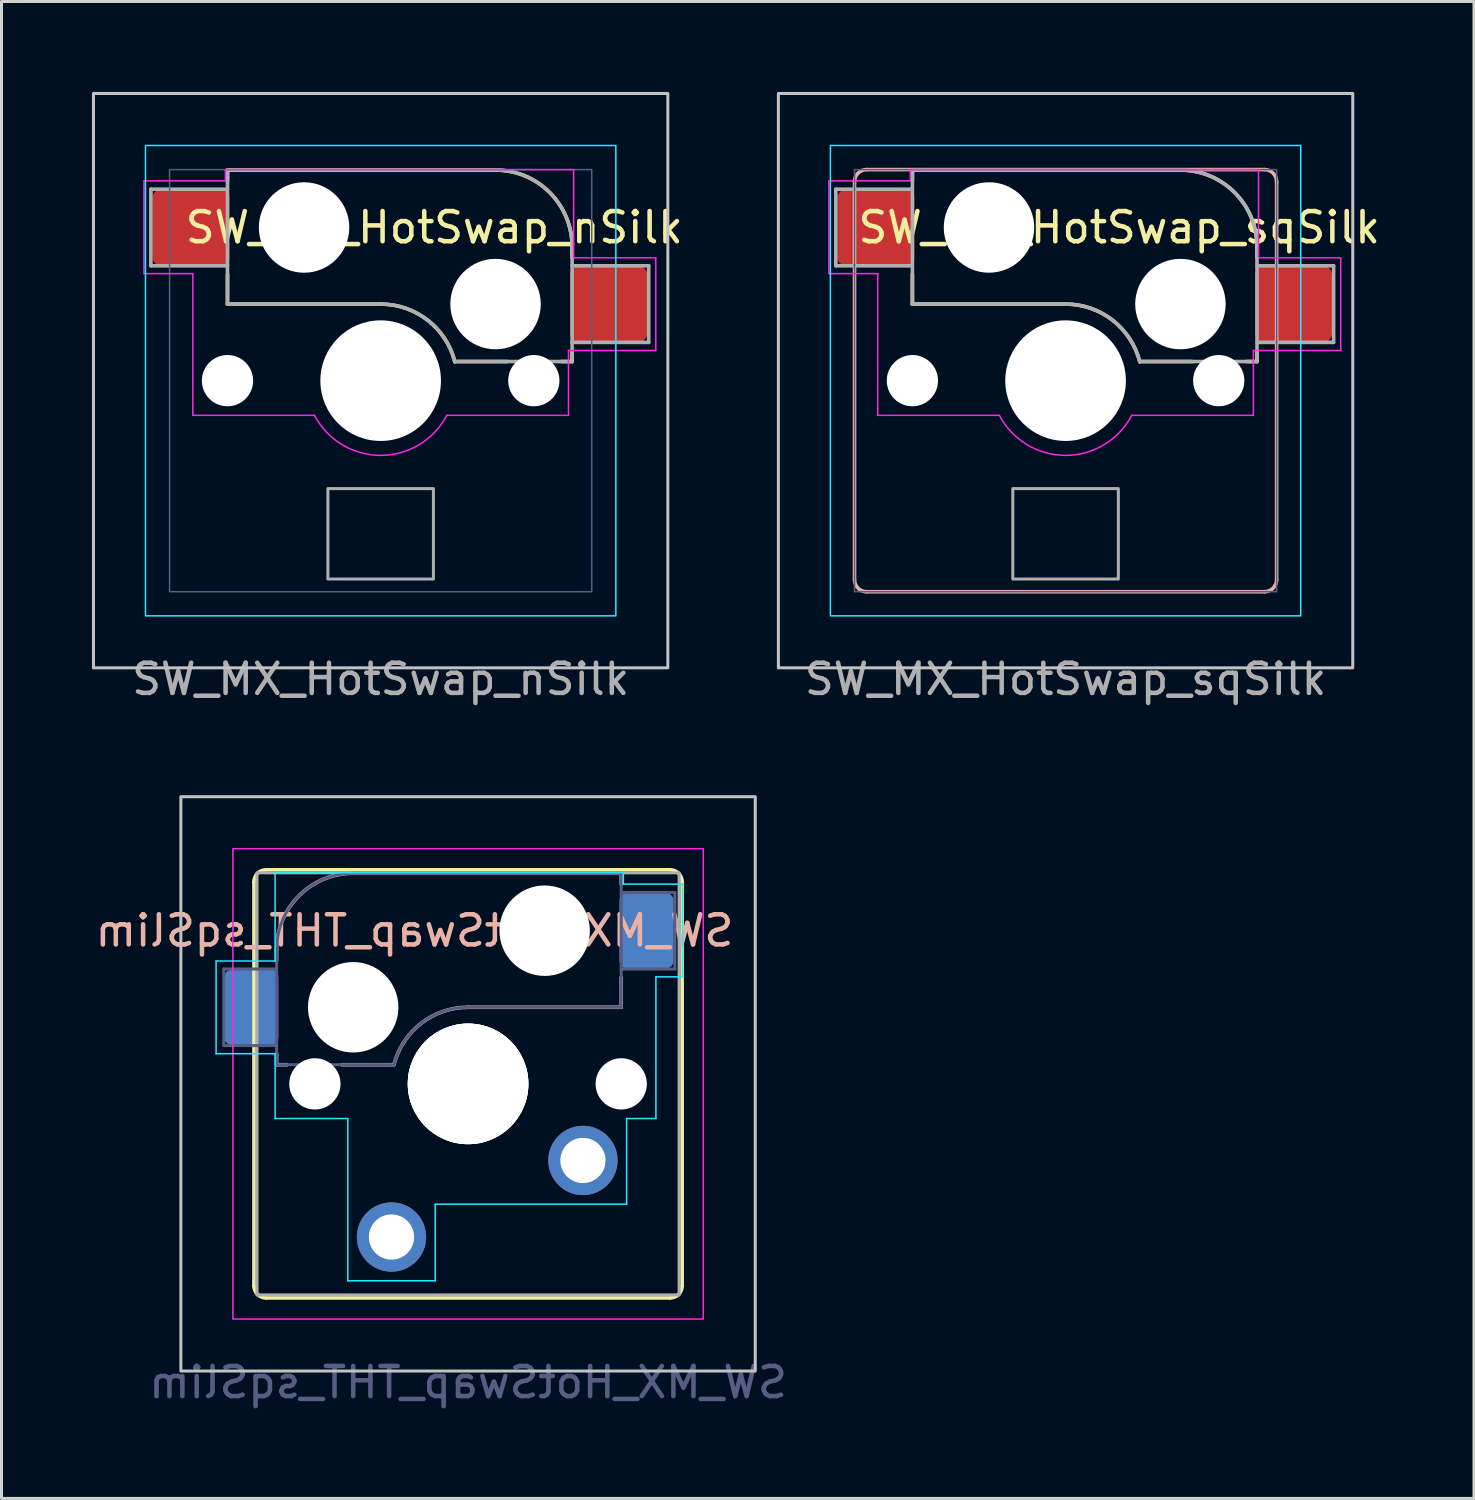
<source format=kicad_pcb>
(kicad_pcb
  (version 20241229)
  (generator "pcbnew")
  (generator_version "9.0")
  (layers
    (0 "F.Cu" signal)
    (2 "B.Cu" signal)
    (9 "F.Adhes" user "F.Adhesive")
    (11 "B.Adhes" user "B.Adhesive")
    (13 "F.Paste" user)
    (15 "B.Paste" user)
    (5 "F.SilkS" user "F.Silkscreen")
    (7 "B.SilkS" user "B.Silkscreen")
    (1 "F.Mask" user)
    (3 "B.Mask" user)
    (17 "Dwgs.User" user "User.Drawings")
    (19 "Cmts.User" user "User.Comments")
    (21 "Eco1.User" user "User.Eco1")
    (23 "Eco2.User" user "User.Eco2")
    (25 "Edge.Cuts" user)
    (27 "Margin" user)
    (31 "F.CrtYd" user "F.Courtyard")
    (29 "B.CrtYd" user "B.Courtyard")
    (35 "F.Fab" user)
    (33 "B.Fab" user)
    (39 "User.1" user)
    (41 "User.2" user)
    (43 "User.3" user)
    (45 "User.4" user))
  (footprint "SW_MX_HotSwap_sqSilk"
    (layer "F.Cu")
    (at 32.291 9.575)
    (property "Reference" "SW_MX_HotSwap_sqSilk" (at 1.778 -5.08 180) (layer "F.SilkS") (effects (font (size 1 1) (thickness 0.15))))
    (attr smd)
    (fp_line (start -5.08 -6.985) (end -5.08 -6.63) (stroke (width 0.12) (type solid)) (layer "F.SilkS"))
    (fp_line (start -5.08 -2.54) (end -5.08 -3.53) (stroke (width 0.12) (type default)) (layer "F.SilkS"))
    (fp_line (start -5.08 -2.54) (end 0 -2.54) (stroke (width 0.12) (type solid)) (layer "F.SilkS"))
    (fp_line (start 2.464 -0.635) (end 4.191 -0.635) (stroke (width 0.12) (type solid)) (layer "F.SilkS"))
    (fp_line (start 3.81 -6.985) (end -5.08 -6.985) (stroke (width 0.12) (type solid)) (layer "F.SilkS"))
    (fp_line (start 6 -0.635) (end 6.35 -0.635) (stroke (width 0.12) (type solid)) (layer "F.SilkS"))
    (fp_line (start 6.35 -4.445) (end 6.35 -4.09) (stroke (width 0.12) (type solid)) (layer "F.SilkS"))
    (fp_line (start 6.35 -0.99) (end 6.35 -0.635) (stroke (width 0.12) (type solid)) (layer "F.SilkS"))
    (fp_arc (start 0 -2.54) (mid 1.555901 -2.007678) (end 2.459645 -0.633836) (stroke (width 0.12) (type default)) (layer "F.SilkS"))
    (fp_arc (start 3.81 -6.985) (mid 5.606051 -6.241051) (end 6.35 -4.445) (stroke (width 0.12) (type solid)) (layer "F.SilkS"))
    (fp_line (start -7 -6.6) (end -7 6.6) (stroke (width 0.12) (type default)) (layer "B.SilkS"))
    (fp_line (start -6.6 7) (end 6.6 7) (stroke (width 0.12) (type default)) (layer "B.SilkS"))
    (fp_line (start 6.6 -7) (end -6.6 -7) (stroke (width 0.12) (type default)) (layer "B.SilkS"))
    (fp_line (start 7 6.6) (end 7 -6.6) (stroke (width 0.12) (type default)) (layer "B.SilkS"))
    (fp_arc (start -7 -6.6) (mid -6.882843 -6.882843) (end -6.6 -7) (stroke (width 0.12) (type default)) (layer "B.SilkS"))
    (fp_arc (start -6.6 7) (mid -6.882843 6.882843) (end -7 6.6) (stroke (width 0.12) (type default)) (layer "B.SilkS"))
    (fp_arc (start 6.6 -7) (mid 6.882843 -6.882843) (end 7 -6.6) (stroke (width 0.12) (type default)) (layer "B.SilkS"))
    (fp_arc (start 7 6.6) (mid 6.882843 6.882843) (end 6.6 7) (stroke (width 0.12) (type default)) (layer "B.SilkS"))
    (fp_rect (start -9.525 -9.525) (end 9.525 9.525) (stroke (width 0.1) (type default)) (fill no) (layer "Dwgs.User"))
    (fp_rect (start -7.8 -7.8) (end 7.8 7.8) (stroke (width 0.05) (type default)) (fill no) (layer "B.CrtYd"))
    (fp_line (start -7.85 -6.625) (end -5.15 -6.625) (stroke (width 0.05) (type default)) (layer "F.CrtYd"))
    (fp_line (start -7.85 -3.55) (end -7.85 -6.625) (stroke (width 0.05) (type default)) (layer "F.CrtYd"))
    (fp_line (start -6.23 -3.55) (end -7.85 -3.55) (stroke (width 0.05) (type default)) (layer "F.CrtYd"))
    (fp_line (start -6.23 1.15) (end -6.23 -3.55) (stroke (width 0.05) (type default)) (layer "F.CrtYd"))
    (fp_line (start -6.23 1.15) (end -2.195 1.15) (stroke (width 0.05) (type default)) (layer "F.CrtYd"))
    (fp_line (start -5.15 -7) (end 6.4 -7) (stroke (width 0.05) (type default)) (layer "F.CrtYd"))
    (fp_line (start -5.15 -6.625) (end -5.15 -7) (stroke (width 0.05) (type default)) (layer "F.CrtYd"))
    (fp_line (start 2.195 1.15) (end 6.225 1.15) (stroke (width 0.05) (type default)) (layer "F.CrtYd"))
    (fp_line (start 6.23 -1) (end 9.125 -1) (stroke (width 0.05) (type default)) (layer "F.CrtYd"))
    (fp_line (start 6.23 1.15) (end 6.23 -1) (stroke (width 0.05) (type default)) (layer "F.CrtYd"))
    (fp_line (start 6.4 -4.075) (end 6.4 -7) (stroke (width 0.05) (type default)) (layer "F.CrtYd"))
    (fp_line (start 9.125 -4.075) (end 6.4 -4.075) (stroke (width 0.05) (type default)) (layer "F.CrtYd"))
    (fp_line (start 9.125 -1) (end 9.125 -4.075) (stroke (width 0.05) (type default)) (layer "F.CrtYd"))
    (fp_arc (start 2.195 1.149999) (mid 0.000001 2.478008) (end -2.194999 1.150001) (stroke (width 0.05) (type default)) (layer "F.CrtYd"))
    (fp_rect (start -7 -7) (end 7 7) (stroke (width 0.05) (type default)) (fill no) (layer "B.Fab"))
    (fp_line (start -7.62 -6.35) (end -7.62 -3.81) (stroke (width 0.12) (type solid)) (layer "F.Fab"))
    (fp_line (start -7.62 -3.81) (end -5.08 -3.81) (stroke (width 0.12) (type solid)) (layer "F.Fab"))
    (fp_line (start -5.08 -6.985) (end -5.08 -2.54) (stroke (width 0.12) (type solid)) (layer "F.Fab"))
    (fp_line (start -5.08 -6.35) (end -7.62 -6.35) (stroke (width 0.12) (type solid)) (layer "F.Fab"))
    (fp_line (start -5.08 -2.54) (end 0 -2.54) (stroke (width 0.12) (type solid)) (layer "F.Fab"))
    (fp_line (start 3.81 -6.985) (end -5.08 -6.985) (stroke (width 0.12) (type solid)) (layer "F.Fab"))
    (fp_line (start 6.35 -1.27) (end 8.89 -1.27) (stroke (width 0.12) (type solid)) (layer "F.Fab"))
    (fp_line (start 6.35 -0.635) (end 2.54 -0.635) (stroke (width 0.12) (type solid)) (layer "F.Fab"))
    (fp_line (start 6.35 -0.635) (end 6.35 -4.445) (stroke (width 0.12) (type solid)) (layer "F.Fab"))
    (fp_line (start 8.89 -3.81) (end 6.35 -3.81) (stroke (width 0.12) (type solid)) (layer "F.Fab"))
    (fp_line (start 8.89 -1.27) (end 8.89 -3.81) (stroke (width 0.12) (type solid)) (layer "F.Fab"))
    (fp_rect (start -1.75 3.58) (end 1.75 6.58) (stroke (width 0.1) (type default)) (fill no) (layer "F.Fab"))
    (fp_arc (start 0 -2.54) (mid 1.563147 -2.002042) (end 2.464162 -0.61604) (stroke (width 0.12) (type solid)) (layer "F.Fab"))
    (fp_arc (start 3.81 -6.985) (mid 5.606051 -6.241051) (end 6.35 -4.445) (stroke (width 0.12) (type solid)) (layer "F.Fab"))
    (fp_text user "${REFERENCE}" (at 0 9.9 0) (layer "F.Fab") (effects (font (size 1 1) (thickness 0.15))))
    (pad "" np_thru_hole circle (at -5.08 0 180) (size 1.7 1.7) (drill 1.7) (layers "*.Cu" "*.Mask"))
    (pad "" np_thru_hole circle (at -2.54 -5.08) (size 3 3) (drill 3) (layers "*.Cu" "*.Mask"))
    (pad "" np_thru_hole circle (at 0 0 180) (size 4 4) (drill 4) (layers "*.Cu" "*.Mask"))
    (pad "" np_thru_hole circle (at 3.81 -2.54) (size 3 3) (drill 3) (layers "*.Cu" "*.Mask"))
    (pad "" np_thru_hole circle (at 5.08 0 180) (size 1.7 1.7) (drill 1.7) (layers "*.Cu" "*.Mask"))
    (pad "1" smd roundrect (at 7.56 -2.54) (size 2.55 2.5) (layers "F.Cu" "F.Mask" "F.Paste") (roundrect_rratio 0.1))
    (pad "2" smd roundrect (at -6.29 -5.08) (size 2.55 2.5) (layers "F.Cu" "F.Mask" "F.Paste") (roundrect_rratio 0.1)))
  (footprint "SW_MX_HotSwap_nSilk"
    (layer "F.Cu")
    (at 9.575 9.575)
    (property "Reference" "SW_MX_HotSwap_nSilk" (at 1.778 -5.08 180) (layer "F.SilkS") (effects (font (size 1 1) (thickness 0.15))))
    (attr smd)
    (fp_line (start -5.08 -6.985) (end -5.08 -6.63) (stroke (width 0.12) (type solid)) (layer "F.SilkS"))
    (fp_line (start -5.08 -2.54) (end -5.08 -3.53) (stroke (width 0.12) (type default)) (layer "F.SilkS"))
    (fp_line (start -5.08 -2.54) (end 0 -2.54) (stroke (width 0.12) (type solid)) (layer "F.SilkS"))
    (fp_line (start 2.464 -0.635) (end 4.191 -0.635) (stroke (width 0.12) (type solid)) (layer "F.SilkS"))
    (fp_line (start 3.81 -6.985) (end -5.08 -6.985) (stroke (width 0.12) (type solid)) (layer "F.SilkS"))
    (fp_line (start 6 -0.635) (end 6.35 -0.635) (stroke (width 0.12) (type solid)) (layer "F.SilkS"))
    (fp_line (start 6.35 -4.445) (end 6.35 -4.09) (stroke (width 0.12) (type solid)) (layer "F.SilkS"))
    (fp_line (start 6.35 -0.99) (end 6.35 -0.635) (stroke (width 0.12) (type solid)) (layer "F.SilkS"))
    (fp_arc (start 0 -2.54) (mid 1.555901 -2.007678) (end 2.459645 -0.633836) (stroke (width 0.12) (type default)) (layer "F.SilkS"))
    (fp_arc (start 3.81 -6.985) (mid 5.606051 -6.241051) (end 6.35 -4.445) (stroke (width 0.12) (type solid)) (layer "F.SilkS"))
    (fp_rect (start -9.525 -9.525) (end 9.525 9.525) (stroke (width 0.1) (type default)) (fill no) (layer "Dwgs.User"))
    (fp_rect (start -7.8 -7.8) (end 7.8 7.8) (stroke (width 0.05) (type default)) (fill no) (layer "B.CrtYd"))
    (fp_line (start -7.85 -6.625) (end -5.15 -6.625) (stroke (width 0.05) (type default)) (layer "F.CrtYd"))
    (fp_line (start -7.85 -3.55) (end -7.85 -6.625) (stroke (width 0.05) (type default)) (layer "F.CrtYd"))
    (fp_line (start -6.23 -3.55) (end -7.85 -3.55) (stroke (width 0.05) (type default)) (layer "F.CrtYd"))
    (fp_line (start -6.23 1.15) (end -6.23 -3.55) (stroke (width 0.05) (type default)) (layer "F.CrtYd"))
    (fp_line (start -6.23 1.15) (end -2.195 1.15) (stroke (width 0.05) (type default)) (layer "F.CrtYd"))
    (fp_line (start -5.15 -7) (end 6.4 -7) (stroke (width 0.05) (type default)) (layer "F.CrtYd"))
    (fp_line (start -5.15 -6.625) (end -5.15 -7) (stroke (width 0.05) (type default)) (layer "F.CrtYd"))
    (fp_line (start 2.195 1.15) (end 6.225 1.15) (stroke (width 0.05) (type default)) (layer "F.CrtYd"))
    (fp_line (start 6.23 -1) (end 9.125 -1) (stroke (width 0.05) (type default)) (layer "F.CrtYd"))
    (fp_line (start 6.23 1.15) (end 6.23 -1) (stroke (width 0.05) (type default)) (layer "F.CrtYd"))
    (fp_line (start 6.4 -4.075) (end 6.4 -7) (stroke (width 0.05) (type default)) (layer "F.CrtYd"))
    (fp_line (start 9.125 -4.075) (end 6.4 -4.075) (stroke (width 0.05) (type default)) (layer "F.CrtYd"))
    (fp_line (start 9.125 -1) (end 9.125 -4.075) (stroke (width 0.05) (type default)) (layer "F.CrtYd"))
    (fp_arc (start 2.195 1.149999) (mid 0.000001 2.478008) (end -2.194999 1.150001) (stroke (width 0.05) (type default)) (layer "F.CrtYd"))
    (fp_rect (start -7 -7) (end 7 7) (stroke (width 0.05) (type default)) (fill no) (layer "B.Fab"))
    (fp_line (start -7.62 -6.35) (end -7.62 -3.81) (stroke (width 0.12) (type solid)) (layer "F.Fab"))
    (fp_line (start -7.62 -3.81) (end -5.08 -3.81) (stroke (width 0.12) (type solid)) (layer "F.Fab"))
    (fp_line (start -5.08 -6.985) (end -5.08 -2.54) (stroke (width 0.12) (type solid)) (layer "F.Fab"))
    (fp_line (start -5.08 -6.35) (end -7.62 -6.35) (stroke (width 0.12) (type solid)) (layer "F.Fab"))
    (fp_line (start -5.08 -2.54) (end 0 -2.54) (stroke (width 0.12) (type solid)) (layer "F.Fab"))
    (fp_line (start 3.81 -6.985) (end -5.08 -6.985) (stroke (width 0.12) (type solid)) (layer "F.Fab"))
    (fp_line (start 6.35 -1.27) (end 8.89 -1.27) (stroke (width 0.12) (type solid)) (layer "F.Fab"))
    (fp_line (start 6.35 -0.635) (end 2.54 -0.635) (stroke (width 0.12) (type solid)) (layer "F.Fab"))
    (fp_line (start 6.35 -0.635) (end 6.35 -4.445) (stroke (width 0.12) (type solid)) (layer "F.Fab"))
    (fp_line (start 8.89 -3.81) (end 6.35 -3.81) (stroke (width 0.12) (type solid)) (layer "F.Fab"))
    (fp_line (start 8.89 -1.27) (end 8.89 -3.81) (stroke (width 0.12) (type solid)) (layer "F.Fab"))
    (fp_rect (start -1.75 3.58) (end 1.75 6.58) (stroke (width 0.1) (type default)) (fill no) (layer "F.Fab"))
    (fp_arc (start 0 -2.54) (mid 1.563147 -2.002042) (end 2.464162 -0.61604) (stroke (width 0.12) (type solid)) (layer "F.Fab"))
    (fp_arc (start 3.81 -6.985) (mid 5.606051 -6.241051) (end 6.35 -4.445) (stroke (width 0.12) (type solid)) (layer "F.Fab"))
    (fp_text user "${REFERENCE}" (at 0 9.9 0) (layer "F.Fab") (effects (font (size 1 1) (thickness 0.15))))
    (pad "" np_thru_hole circle (at -5.08 0 180) (size 1.7 1.7) (drill 1.7) (layers "*.Cu" "*.Mask"))
    (pad "" np_thru_hole circle (at -2.54 -5.08) (size 3 3) (drill 3) (layers "*.Cu" "*.Mask"))
    (pad "" np_thru_hole circle (at 0 0 180) (size 4 4) (drill 4) (layers "*.Cu" "*.Mask"))
    (pad "" np_thru_hole circle (at 3.81 -2.54) (size 3 3) (drill 3) (layers "*.Cu" "*.Mask"))
    (pad "" np_thru_hole circle (at 5.08 0 180) (size 1.7 1.7) (drill 1.7) (layers "*.Cu" "*.Mask"))
    (pad "1" smd roundrect (at 7.56 -2.54) (size 2.55 2.5) (layers "F.Cu" "F.Mask" "F.Paste") (roundrect_rratio 0.1))
    (pad "2" smd roundrect (at -6.29 -5.08) (size 2.55 2.5) (layers "F.Cu" "F.Mask" "F.Paste") (roundrect_rratio 0.1)))
  (footprint "SW_MX_HotSwap_THT_sqSlim"
    (layer "F.Cu")
    (at 12.474 32.898)
    (property "Reference" "SW_MX_HotSwap_THT_sqSlim" (at -1.778 -5.08 180) (layer "B.SilkS") (effects (font (size 1 1) (thickness 0.15)) (justify mirror)))
    (attr smd)
    (fp_line (start -7.1 6.7) (end -7.1 -6.7) (stroke (width 0.12) (type default)) (layer "F.SilkS"))
    (fp_line (start -6.7 -7.1) (end 6.7 -7.1) (stroke (width 0.12) (type default)) (layer "F.SilkS"))
    (fp_line (start 6.7 7.1) (end -6.7 7.1) (stroke (width 0.12) (type default)) (layer "F.SilkS"))
    (fp_line (start 7.1 -6.7) (end 7.1 6.7) (stroke (width 0.12) (type default)) (layer "F.SilkS"))
    (fp_arc (start -7.1 -6.7) (mid -6.982843 -6.982843) (end -6.7 -7.1) (stroke (width 0.12) (type default)) (layer "F.SilkS"))
    (fp_arc (start -6.7 7.1) (mid -6.982843 6.982843) (end -7.1 6.7) (stroke (width 0.12) (type default)) (layer "F.SilkS"))
    (fp_arc (start 6.7 -7.1) (mid 6.982843 -6.982843) (end 7.1 -6.7) (stroke (width 0.12) (type default)) (layer "F.SilkS"))
    (fp_arc (start 7.1 6.7) (mid 6.982843 6.982843) (end 6.7 7.1) (stroke (width 0.12) (type default)) (layer "F.SilkS"))
    (fp_line (start -6.35 -4.445) (end -6.35 -4.09) (stroke (width 0.12) (type solid)) (layer "B.SilkS"))
    (fp_line (start -6.35 -0.99) (end -6.35 -0.635) (stroke (width 0.12) (type solid)) (layer "B.SilkS"))
    (fp_line (start -6 -0.635) (end -6.35 -0.635) (stroke (width 0.12) (type solid)) (layer "B.SilkS"))
    (fp_line (start -3.81 -6.985) (end 5.08 -6.985) (stroke (width 0.12) (type solid)) (layer "B.SilkS"))
    (fp_line (start -2.464 -0.635) (end -4.191 -0.635) (stroke (width 0.12) (type solid)) (layer "B.SilkS"))
    (fp_line (start 5.08 -6.985) (end 5.08 -6.63) (stroke (width 0.12) (type solid)) (layer "B.SilkS"))
    (fp_line (start 5.08 -2.54) (end 0 -2.54) (stroke (width 0.12) (type solid)) (layer "B.SilkS"))
    (fp_line (start 5.08 -2.54) (end 5.08 -3.53) (stroke (width 0.12) (type default)) (layer "B.SilkS"))
    (fp_arc (start -6.35 -4.445) (mid -5.606051 -6.241051) (end -3.81 -6.985) (stroke (width 0.12) (type solid)) (layer "B.SilkS"))
    (fp_arc (start -2.459645 -0.633836) (mid -1.555901 -2.007678) (end 0 -2.54) (stroke (width 0.12) (type default)) (layer "B.SilkS"))
    (fp_rect (start -9.525 -9.525) (end 9.525 9.525) (stroke (width 0.1) (type default)) (fill no) (layer "Dwgs.User"))
    (fp_line (start -8.357 -4.075) (end -6.4 -4.075) (stroke (width 0.05) (type default)) (layer "B.CrtYd"))
    (fp_line (start -8.357 -1) (end -8.357 -4.075) (stroke (width 0.05) (type default)) (layer "B.CrtYd"))
    (fp_line (start -6.4 -4.075) (end -6.4 -7) (stroke (width 0.05) (type default)) (layer "B.CrtYd"))
    (fp_line (start -6.4 -1) (end -8.357 -1) (stroke (width 0.05) (type default)) (layer "B.CrtYd"))
    (fp_line (start -6.4 1.15) (end -6.4 -1) (stroke (width 0.05) (type default)) (layer "B.CrtYd"))
    (fp_line (start -3.99 1.15) (end -6.4 1.15) (stroke (width 0.05) (type default)) (layer "B.CrtYd"))
    (fp_line (start -3.99 6.53) (end -3.99 1.15) (stroke (width 0.05) (type default)) (layer "B.CrtYd"))
    (fp_line (start -1.09 3.99) (end -1.09 6.53) (stroke (width 0.05) (type default)) (layer "B.CrtYd"))
    (fp_line (start -1.09 6.53) (end -3.99 6.53) (stroke (width 0.05) (type default)) (layer "B.CrtYd"))
    (fp_line (start 5.15 -7) (end -6.4 -7) (stroke (width 0.05) (type default)) (layer "B.CrtYd"))
    (fp_line (start 5.15 -6.625) (end 5.15 -7) (stroke (width 0.05) (type default)) (layer "B.CrtYd"))
    (fp_line (start 5.26 1.15) (end 5.26 3.99) (stroke (width 0.05) (type default)) (layer "B.CrtYd"))
    (fp_line (start 5.26 3.99) (end -1.09 3.99) (stroke (width 0.05) (type default)) (layer "B.CrtYd"))
    (fp_line (start 6.23 -3.55) (end 7.112 -3.55) (stroke (width 0.05) (type default)) (layer "B.CrtYd"))
    (fp_line (start 6.23 1.15) (end 5.26 1.15) (stroke (width 0.05) (type default)) (layer "B.CrtYd"))
    (fp_line (start 6.23 1.15) (end 6.23 -3.55) (stroke (width 0.05) (type default)) (layer "B.CrtYd"))
    (fp_line (start 7.112 -6.625) (end 5.15 -6.625) (stroke (width 0.05) (type default)) (layer "B.CrtYd"))
    (fp_line (start 7.112 -3.55) (end 7.112 -6.625) (stroke (width 0.05) (type default)) (layer "B.CrtYd"))
    (fp_rect (start -7.8 -7.8) (end 7.8 7.8) (stroke (width 0.05) (type default)) (fill no) (layer "F.CrtYd"))
    (fp_line (start -8.103 -3.81) (end -6.35 -3.81) (stroke (width 0.1) (type solid)) (layer "B.Fab"))
    (fp_line (start -8.103 -1.27) (end -8.103 -3.81) (stroke (width 0.1) (type solid)) (layer "B.Fab"))
    (fp_line (start -6.35 -1.27) (end -8.103 -1.27) (stroke (width 0.1) (type solid)) (layer "B.Fab"))
    (fp_line (start -6.35 -0.635) (end -6.35 -4.445) (stroke (width 0.1) (type solid)) (layer "B.Fab"))
    (fp_line (start -6.35 -0.635) (end -2.54 -0.635) (stroke (width 0.1) (type solid)) (layer "B.Fab"))
    (fp_line (start -3.81 -6.985) (end 5.08 -6.985) (stroke (width 0.1) (type solid)) (layer "B.Fab"))
    (fp_line (start 5.08 -6.985) (end 5.08 -2.54) (stroke (width 0.1) (type solid)) (layer "B.Fab"))
    (fp_line (start 5.08 -6.35) (end 6.858 -6.35) (stroke (width 0.1) (type solid)) (layer "B.Fab"))
    (fp_line (start 5.08 -2.54) (end 0 -2.54) (stroke (width 0.1) (type solid)) (layer "B.Fab"))
    (fp_line (start 6.858 -6.35) (end 6.858 -3.81) (stroke (width 0.1) (type solid)) (layer "B.Fab"))
    (fp_line (start 6.858 -3.81) (end 5.08 -3.81) (stroke (width 0.1) (type solid)) (layer "B.Fab"))
    (fp_arc (start -6.35 -4.445) (mid -5.606051 -6.241051) (end -3.81 -6.985) (stroke (width 0.1) (type solid)) (layer "B.Fab"))
    (fp_arc (start -2.464162 -0.61604) (mid -1.563147 -2.002042) (end 0 -2.54) (stroke (width 0.1) (type solid)) (layer "B.Fab"))
    (fp_rect (start -7 -7) (end 7 7) (stroke (width 0.1) (type default)) (fill no) (layer "F.Fab"))
    (fp_text user "${REFERENCE}" (at 0 9.9 0) (layer "B.Fab") (effects (font (size 1 1) (thickness 0.15)) (justify mirror)))
    (pad "" np_thru_hole circle (at -5.08 0) (size 1.7 1.7) (drill 1.7) (layers "*.Cu" "*.Mask"))
    (pad "" np_thru_hole circle (at -3.81 -2.54 180) (size 3 3) (drill 3) (layers "*.Cu" "*.Mask"))
    (pad "" np_thru_hole circle (at 0 -0.000001) (size 4 4) (drill 4) (layers "*.Cu" "*.Mask"))
    (pad "" np_thru_hole circle (at 0 -0.000001 180) (size 4 4) (drill 4) (layers "*.Cu" "*.Mask"))
    (pad "" np_thru_hole circle (at 0 0) (size 4 4) (drill 4) (layers "*.Cu" "*.Mask"))
    (pad "" np_thru_hole circle (at 2.54 -5.08 180) (size 3 3) (drill 3) (layers "*.Cu" "*.Mask"))
    (pad "" np_thru_hole circle (at 5.08 0) (size 1.7 1.7) (drill 1.7) (layers "*.Cu" "*.Mask"))
    (pad "1" smd roundrect (at -7.188 -2.54 180) (size 1.8 2.5) (layers "B.Cu" "B.Mask" "B.Paste") (roundrect_rratio 0.139))
    (pad "1" thru_hole circle (at -2.54 5.08 180) (size 2.3 2.3) (drill 1.5) (layers "*.Cu" "*.Mask"))
    (pad "2" thru_hole circle (at 3.81 2.54 180) (size 2.3 2.3) (drill 1.5) (layers "*.Cu" "*.Mask"))
    (pad "2" smd roundrect (at 5.918 -5.08 180) (size 1.8 2.5) (layers "B.Cu" "B.Mask" "B.Paste") (roundrect_rratio 0.139)))
  (gr_rect
    (start -3 -3)
    (end 45.837 46.647)
    (stroke (width 0.1) (type default))
    (fill no)
    (layer "Edge.Cuts")))
</source>
